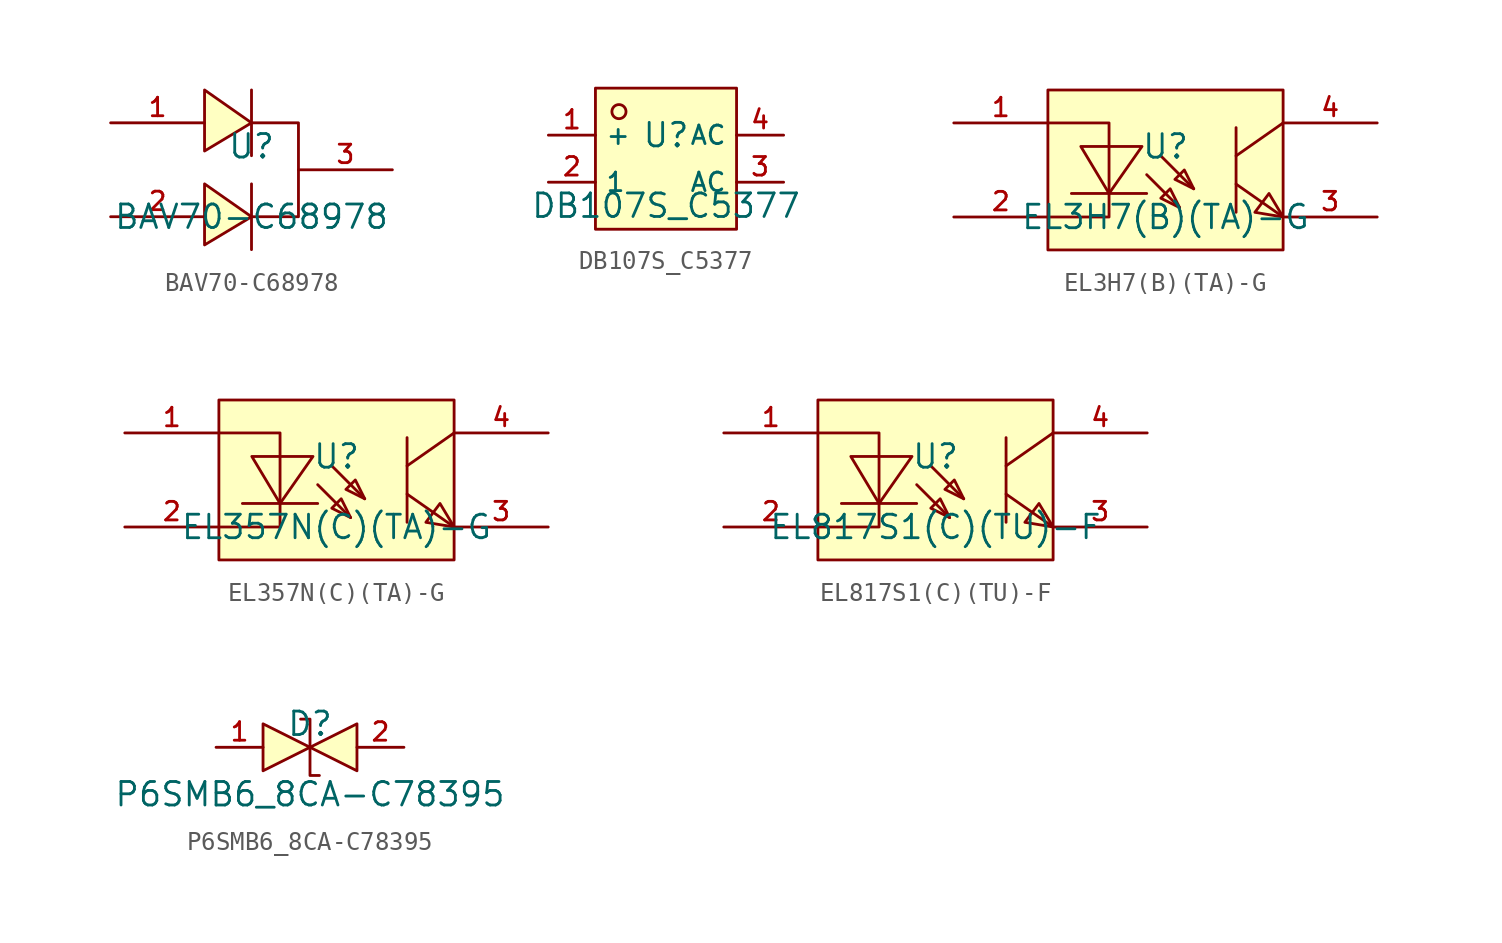
<source format=kicad_sym>
(kicad_symbol_lib
  (version 20210201)
  (generator TousstNicolas/JLC2KiCad_lib)
  (symbol "BAV70-C68978"
    (pin_names hide)
    (property "Reference" "U"
      (at 0 1.27 0)
      (effects (font (size 1.27 1.27))))
    (property "Value" "BAV70-C68978"
      (at 0 -2.54 0)
      (effects (font (size 1.27 1.27))))
    (symbol "BAV70-C68978_0_1"
      (polyline (pts (xy -2.54 1.016) (xy 0.0 2.54) (xy -2.54 4.318) (xy -2.54 1.016)) (stroke (width 0) (type default) (color 0 0 0 0)) (fill (type background)))
      (polyline (pts (xy 0.0 0.762) (xy 0.0 4.318)) (stroke (width 0) (type default) (color 0 0 0 0)) (fill (type none)))
      (polyline (pts (xy -2.54 -4.064) (xy 0.0 -2.54) (xy -2.54 -0.762) (xy -2.54 -4.064)) (stroke (width 0) (type default) (color 0 0 0 0)) (fill (type background)))
      (polyline (pts (xy 0.0 -4.318) (xy 0.0 -0.762)) (stroke (width 0) (type default) (color 0 0 0 0)) (fill (type none)))
      (pin unspecified line (at -7.62 2.54 0) (length 5.08) (name "1" (effects (font (size 1 1)))) (number "1" (effects (font (size 1 1)))))
      (pin unspecified line (at -7.62 -2.54 0) (length 5.08) (name "2" (effects (font (size 1 1)))) (number "2" (effects (font (size 1 1)))))
      (pin unspecified line (at 7.62 -0.0 180) (length 5.08) (name "3" (effects (font (size 1 1)))) (number "3" (effects (font (size 1 1)))))
      (polyline (pts (xy 0.0 2.54) (xy 2.54 2.54) (xy 2.54 -2.54) (xy 0.0 -2.54) (xy 0.0 -2.54)) (stroke (width 0) (type default) (color 0 0 0 0)) (fill (type none)))))
  (symbol "DB107S_C5377"
    (property "Reference" "U"
      (at 0 1.27 0)
      (effects (font (size 1.27 1.27))))
    (property "Value" "DB107S_C5377"
      (at 0 -2.54 0)
      (effects (font (size 1.27 1.27))))
    (symbol "DB107S_C5377_0_1"
      (rectangle (start -3.81 3.81) (end 3.81 -3.81) (stroke (width 0) (type default) (color 0 0 0 0)) (fill (type background)))
      (circle (center -2.54 2.54) (radius 0.381) (stroke (width 0) (type default) (color 0 0 0 0)) (fill (type background)))
      (pin unspecified line (at -6.35 1.27 0) (length 2.54) (name "+" (effects (font (size 1 1)))) (number "1" (effects (font (size 1 1)))))
      (pin unspecified line (at -6.35 -1.27 0) (length 2.54) (name "1" (effects (font (size 1 1)))) (number "2" (effects (font (size 1 1)))))
      (pin unspecified line (at 6.35 -1.27 180) (length 2.54) (name "AC" (effects (font (size 1 1)))) (number "3" (effects (font (size 1 1)))))
      (pin unspecified line (at 6.35 1.27 180) (length 2.54) (name "AC" (effects (font (size 1 1)))) (number "4" (effects (font (size 1 1)))))))
  (symbol "EL3H7(B)(TA)-G"
    (pin_names hide)
    (property "Reference" "U"
      (at 0 1.27 0)
      (effects (font (size 1.27 1.27))))
    (property "Value" "EL3H7(B)(TA)-G"
      (at 0 -2.54 0)
      (effects (font (size 1.27 1.27))))
    (symbol "EL3H7(B)(TA)-G_0_1"
      (rectangle (start -6.35 4.318) (end 6.35 -4.318) (stroke (width 0) (type default) (color 0 0 0 0)) (fill (type background)))
      (pin unspecified line (at -11.43 2.54 0) (length 5.08) (name "AN" (effects (font (size 1 1)))) (number "1" (effects (font (size 1 1)))))
      (pin unspecified line (at -11.43 -2.54 0) (length 5.08) (name "CAT" (effects (font (size 1 1)))) (number "2" (effects (font (size 1 1)))))
      (pin unspecified line (at 11.43 -2.54 180) (length 5.08) (name "EM" (effects (font (size 1 1)))) (number "3" (effects (font (size 1 1)))))
      (pin unspecified line (at 11.43 2.54 180) (length 5.08) (name "COL" (effects (font (size 1 1)))) (number "4" (effects (font (size 1 1)))))
      (polyline (pts (xy 6.35 2.54) (xy 3.81 0.762)) (stroke (width 0) (type default) (color 0 0 0 0)) (fill (type none)))
      (polyline (pts (xy 3.81 -0.762) (xy 6.35 -2.54)) (stroke (width 0) (type default) (color 0 0 0 0)) (fill (type none)))
      (polyline (pts (xy 3.81 2.286) (xy 3.81 -2.286)) (stroke (width 0) (type default) (color 0 0 0 0)) (fill (type none)))
      (polyline (pts (xy 6.35 -2.54) (xy 5.588 -1.27) (xy 4.826 -2.286) (xy 6.35 -2.54)) (stroke (width 0) (type default) (color 0 0 0 0)) (fill (type background)))
      (polyline (pts (xy 0.762 -2.032) (xy 0.254 -1.016) (xy -0.254 -1.524) (xy 0.762 -2.032)) (stroke (width 0) (type default) (color 0 0 0 0)) (fill (type background)))
      (polyline (pts (xy 1.524 -1.016) (xy 1.016 -0.0) (xy 0.508 -0.508) (xy 1.524 -1.016)) (stroke (width 0) (type default) (color 0 0 0 0)) (fill (type background)))
      (polyline (pts (xy -1.016 -0.254) (xy 0.762 -2.032)) (stroke (width 0) (type default) (color 0 0 0 0)) (fill (type none)))
      (polyline (pts (xy -0.254 0.762) (xy 1.524 -1.016)) (stroke (width 0) (type default) (color 0 0 0 0)) (fill (type none)))
      (polyline (pts (xy -1.016 -1.27) (xy -5.08 -1.27)) (stroke (width 0) (type default) (color 0 0 0 0)) (fill (type none)))
      (polyline (pts (xy -4.572 1.27) (xy -3.048 -1.27) (xy -1.27 1.27) (xy -4.572 1.27)) (stroke (width 0) (type default) (color 0 0 0 0)) (fill (type background)))
      (polyline (pts (xy -6.35 2.54) (xy -3.048 2.54) (xy -3.048 -2.54) (xy -6.35 -2.54)) (stroke (width 0) (type default) (color 0 0 0 0)) (fill (type none)))))
  (symbol "EL357N(C)(TA)-G"
    (pin_names hide)
    (property "Reference" "U"
      (at 0 1.27 0)
      (effects (font (size 1.27 1.27))))
    (property "Value" "EL357N(C)(TA)-G"
      (at 0 -2.54 0)
      (effects (font (size 1.27 1.27))))
    (symbol "EL357N(C)(TA)-G_0_1"
      (rectangle (start -6.35 4.318) (end 6.35 -4.318) (stroke (width 0) (type default) (color 0 0 0 0)) (fill (type background)))
      (pin unspecified line (at -11.43 2.54 0) (length 5.08) (name "AN" (effects (font (size 1 1)))) (number "1" (effects (font (size 1 1)))))
      (pin unspecified line (at -11.43 -2.54 0) (length 5.08) (name "CAT" (effects (font (size 1 1)))) (number "2" (effects (font (size 1 1)))))
      (pin unspecified line (at 11.43 -2.54 180) (length 5.08) (name "EM" (effects (font (size 1 1)))) (number "3" (effects (font (size 1 1)))))
      (pin unspecified line (at 11.43 2.54 180) (length 5.08) (name "COL" (effects (font (size 1 1)))) (number "4" (effects (font (size 1 1)))))
      (polyline (pts (xy 6.35 2.54) (xy 3.81 0.762)) (stroke (width 0) (type default) (color 0 0 0 0)) (fill (type none)))
      (polyline (pts (xy 3.81 -0.762) (xy 6.35 -2.54)) (stroke (width 0) (type default) (color 0 0 0 0)) (fill (type none)))
      (polyline (pts (xy 3.81 2.286) (xy 3.81 -2.286)) (stroke (width 0) (type default) (color 0 0 0 0)) (fill (type none)))
      (polyline (pts (xy 6.35 -2.54) (xy 5.588 -1.27) (xy 4.826 -2.286) (xy 6.35 -2.54)) (stroke (width 0) (type default) (color 0 0 0 0)) (fill (type background)))
      (polyline (pts (xy 0.762 -2.032) (xy 0.254 -1.016) (xy -0.254 -1.524) (xy 0.762 -2.032)) (stroke (width 0) (type default) (color 0 0 0 0)) (fill (type background)))
      (polyline (pts (xy 1.524 -1.016) (xy 1.016 -0.0) (xy 0.508 -0.508) (xy 1.524 -1.016)) (stroke (width 0) (type default) (color 0 0 0 0)) (fill (type background)))
      (polyline (pts (xy -1.016 -0.254) (xy 0.762 -2.032)) (stroke (width 0) (type default) (color 0 0 0 0)) (fill (type none)))
      (polyline (pts (xy -0.254 0.762) (xy 1.524 -1.016)) (stroke (width 0) (type default) (color 0 0 0 0)) (fill (type none)))
      (polyline (pts (xy -1.016 -1.27) (xy -5.08 -1.27)) (stroke (width 0) (type default) (color 0 0 0 0)) (fill (type none)))
      (polyline (pts (xy -4.572 1.27) (xy -3.048 -1.27) (xy -1.27 1.27) (xy -4.572 1.27)) (stroke (width 0) (type default) (color 0 0 0 0)) (fill (type background)))
      (polyline (pts (xy -6.35 2.54) (xy -3.048 2.54) (xy -3.048 -2.54) (xy -6.35 -2.54)) (stroke (width 0) (type default) (color 0 0 0 0)) (fill (type none)))))
  (symbol "EL817S1(C)(TU)-F"
    (pin_names hide)
    (property "Reference" "U"
      (at 0 1.27 0)
      (effects (font (size 1.27 1.27))))
    (property "Value" "EL817S1(C)(TU)-F"
      (at 0 -2.54 0)
      (effects (font (size 1.27 1.27))))
    (symbol "EL817S1(C)(TU)-F_0_1"
      (rectangle (start -6.35 4.318) (end 6.35 -4.318) (stroke (width 0) (type default) (color 0 0 0 0)) (fill (type background)))
      (pin unspecified line (at -11.43 2.54 0) (length 5.08) (name "AN" (effects (font (size 1 1)))) (number "1" (effects (font (size 1 1)))))
      (pin unspecified line (at -11.43 -2.54 0) (length 5.08) (name "CAT" (effects (font (size 1 1)))) (number "2" (effects (font (size 1 1)))))
      (pin unspecified line (at 11.43 -2.54 180) (length 5.08) (name "EM" (effects (font (size 1 1)))) (number "3" (effects (font (size 1 1)))))
      (pin unspecified line (at 11.43 2.54 180) (length 5.08) (name "COL" (effects (font (size 1 1)))) (number "4" (effects (font (size 1 1)))))
      (polyline (pts (xy 6.35 2.54) (xy 3.81 0.762)) (stroke (width 0) (type default) (color 0 0 0 0)) (fill (type none)))
      (polyline (pts (xy 3.81 -0.762) (xy 6.35 -2.54)) (stroke (width 0) (type default) (color 0 0 0 0)) (fill (type none)))
      (polyline (pts (xy 3.81 2.286) (xy 3.81 -2.286)) (stroke (width 0) (type default) (color 0 0 0 0)) (fill (type none)))
      (polyline (pts (xy 6.35 -2.54) (xy 5.588 -1.27) (xy 4.826 -2.286) (xy 6.35 -2.54)) (stroke (width 0) (type default) (color 0 0 0 0)) (fill (type background)))
      (polyline (pts (xy 0.762 -2.032) (xy 0.254 -1.016) (xy -0.254 -1.524) (xy 0.762 -2.032)) (stroke (width 0) (type default) (color 0 0 0 0)) (fill (type background)))
      (polyline (pts (xy 1.524 -1.016) (xy 1.016 -0.0) (xy 0.508 -0.508) (xy 1.524 -1.016)) (stroke (width 0) (type default) (color 0 0 0 0)) (fill (type background)))
      (polyline (pts (xy -1.016 -0.254) (xy 0.762 -2.032)) (stroke (width 0) (type default) (color 0 0 0 0)) (fill (type none)))
      (polyline (pts (xy -0.254 0.762) (xy 1.524 -1.016)) (stroke (width 0) (type default) (color 0 0 0 0)) (fill (type none)))
      (polyline (pts (xy -1.016 -1.27) (xy -5.08 -1.27)) (stroke (width 0) (type default) (color 0 0 0 0)) (fill (type none)))
      (polyline (pts (xy -4.572 1.27) (xy -3.048 -1.27) (xy -1.27 1.27) (xy -4.572 1.27)) (stroke (width 0) (type default) (color 0 0 0 0)) (fill (type background)))
      (polyline (pts (xy -6.35 2.54) (xy -3.048 2.54) (xy -3.048 -2.54) (xy -6.35 -2.54)) (stroke (width 0) (type default) (color 0 0 0 0)) (fill (type none)))))
  (symbol "P6SMB6_8CA-C78395"
    (pin_names hide)
    (property "Reference" "D"
      (at 0 1.27 0)
      (effects (font (size 1.27 1.27))))
    (property "Value" "P6SMB6_8CA-C78395"
      (at 0 -2.54 0)
      (effects (font (size 1.27 1.27))))
    (symbol "P6SMB6_8CA-C78395_0_1"
      (pin unspecified line (at 5.08 -0.0 180) (length 2.54) (name "2" (effects (font (size 1 1)))) (number "2" (effects (font (size 1 1)))))
      (pin unspecified line (at -5.08 -0.0 0) (length 2.54) (name "1" (effects (font (size 1 1)))) (number "1" (effects (font (size 1 1)))))
      (polyline (pts (xy -2.54 1.27) (xy 0.0 -0.0) (xy -2.54 -1.27) (xy -2.54 1.27)) (stroke (width 0) (type default) (color 0 0 0 0)) (fill (type background)))
      (polyline (pts (xy 2.54 1.27) (xy 0.0 -0.0) (xy 2.54 -1.27) (xy 2.54 1.27)) (stroke (width 0) (type default) (color 0 0 0 0)) (fill (type background)))
      (polyline (pts (xy -0.508 1.524) (xy -0.508 1.524) (xy 0.0 1.524) (xy 0.0 -1.524) (xy 0.508 -1.524) (xy 0.508 -1.524)) (stroke (width 0) (type default) (color 0 0 0 0)) (fill (type none))))))
</source>
